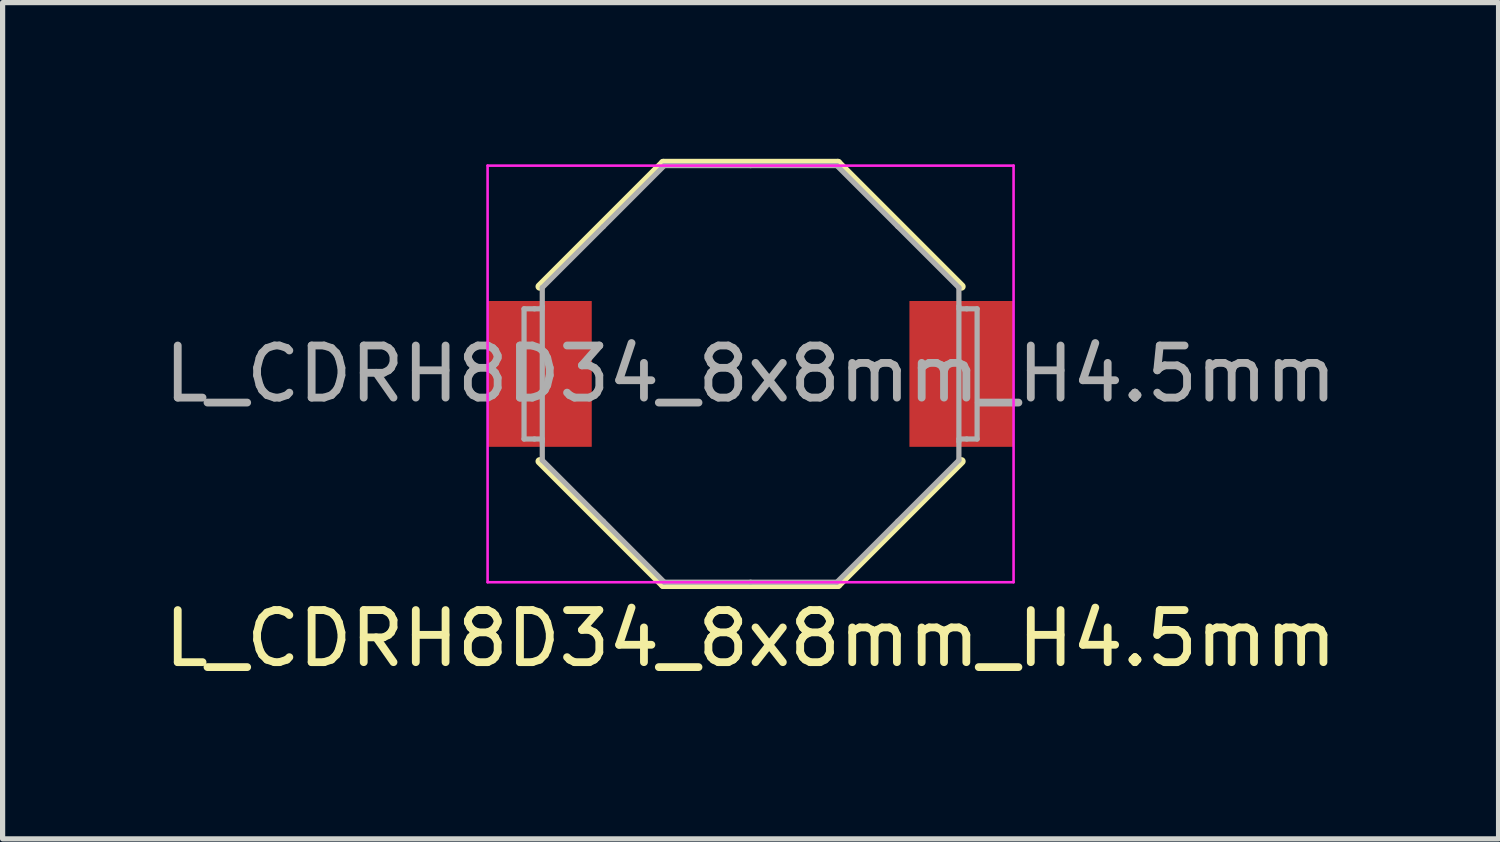
<source format=kicad_pcb>
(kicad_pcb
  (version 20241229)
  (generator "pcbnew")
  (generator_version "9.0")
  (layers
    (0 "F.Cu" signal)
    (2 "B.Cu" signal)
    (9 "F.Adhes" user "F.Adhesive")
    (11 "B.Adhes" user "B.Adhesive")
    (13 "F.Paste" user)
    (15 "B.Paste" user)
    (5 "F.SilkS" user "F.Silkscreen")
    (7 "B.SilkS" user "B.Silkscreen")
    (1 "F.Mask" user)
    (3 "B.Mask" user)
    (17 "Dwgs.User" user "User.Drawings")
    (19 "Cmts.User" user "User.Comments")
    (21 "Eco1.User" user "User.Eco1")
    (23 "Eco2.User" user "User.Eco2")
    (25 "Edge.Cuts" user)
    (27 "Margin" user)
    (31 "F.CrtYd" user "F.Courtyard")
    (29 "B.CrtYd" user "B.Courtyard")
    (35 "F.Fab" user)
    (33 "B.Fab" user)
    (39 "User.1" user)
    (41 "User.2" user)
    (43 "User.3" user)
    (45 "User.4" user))
  (footprint "L_CDRH8D34_8x8mm_H4.5mm"
    (layer "F.Cu")
    (at 11.363 4.13)
    (property "Reference" "L_CDRH8D34_8x8mm_H4.5mm" (at 0 5.08 0) (layer "F.SilkS") (effects (font (size 1 1) (thickness 0.15))))
    (attr smd)
    (fp_line (start -4.05 1.678) (end -1.678 4.05) (stroke (width 0.16) (type solid)) (layer "F.SilkS"))
    (fp_line (start -1.678 -4.05) (end -4.05 -1.678) (stroke (width 0.16) (type solid)) (layer "F.SilkS"))
    (fp_line (start -1.678 4.05) (end 1.678 4.05) (stroke (width 0.16) (type solid)) (layer "F.SilkS"))
    (fp_line (start 1.678 -4.05) (end -1.678 -4.05) (stroke (width 0.16) (type solid)) (layer "F.SilkS"))
    (fp_line (start 1.678 4.05) (end 4.05 1.678) (stroke (width 0.16) (type solid)) (layer "F.SilkS"))
    (fp_line (start 4.05 -1.678) (end 1.678 -4.05) (stroke (width 0.16) (type solid)) (layer "F.SilkS"))
    (fp_line (start -5.05 -4) (end 5.05 -4) (stroke (width 0.05) (type solid)) (layer "F.CrtYd"))
    (fp_line (start -5.05 4) (end -5.05 -4) (stroke (width 0.05) (type solid)) (layer "F.CrtYd"))
    (fp_line (start 5.05 -4) (end 5.05 4) (stroke (width 0.05) (type solid)) (layer "F.CrtYd"))
    (fp_line (start 5.05 4) (end -5.05 4) (stroke (width 0.05) (type solid)) (layer "F.CrtYd"))
    (fp_line (start -4.35 -1.25) (end -4.35 1.25) (stroke (width 0.1) (type solid)) (layer "F.Fab"))
    (fp_line (start -4.15 -1.25) (end -4.35 -1.25) (stroke (width 0.1) (type solid)) (layer "F.Fab"))
    (fp_line (start -4.15 1.25) (end -4.35 1.25) (stroke (width 0.1) (type solid)) (layer "F.Fab"))
    (fp_line (start -4 -1.657) (end -4 -1.3) (stroke (width 0.1) (type solid)) (layer "F.Fab"))
    (fp_line (start -4 -1.3) (end -4 1.3) (stroke (width 0.1) (type solid)) (layer "F.Fab"))
    (fp_line (start -4 -1.25) (end -4.15 -1.25) (stroke (width 0.1) (type solid)) (layer "F.Fab"))
    (fp_line (start -4 1.25) (end -4.15 1.25) (stroke (width 0.1) (type solid)) (layer "F.Fab"))
    (fp_line (start -4 1.3) (end -4 1.657) (stroke (width 0.1) (type solid)) (layer "F.Fab"))
    (fp_line (start -4 1.657) (end -2.828 2.828) (stroke (width 0.1) (type solid)) (layer "F.Fab"))
    (fp_line (start -2.828 -2.828) (end -4 -1.657) (stroke (width 0.1) (type solid)) (layer "F.Fab"))
    (fp_line (start -2.828 2.828) (end -1.657 4) (stroke (width 0.1) (type solid)) (layer "F.Fab"))
    (fp_line (start -1.657 -4) (end -2.828 -2.828) (stroke (width 0.1) (type solid)) (layer "F.Fab"))
    (fp_line (start -1.657 4) (end 0 4) (stroke (width 0.1) (type solid)) (layer "F.Fab"))
    (fp_line (start 0 -4) (end -1.657 -4) (stroke (width 0.1) (type solid)) (layer "F.Fab"))
    (fp_line (start 0 4) (end 1.657 4) (stroke (width 0.1) (type solid)) (layer "F.Fab"))
    (fp_line (start 1.657 -4) (end 0 -4) (stroke (width 0.1) (type solid)) (layer "F.Fab"))
    (fp_line (start 1.657 4) (end 2.828 2.828) (stroke (width 0.1) (type solid)) (layer "F.Fab"))
    (fp_line (start 2.828 2.828) (end 4 1.657) (stroke (width 0.1) (type solid)) (layer "F.Fab"))
    (fp_line (start 2.828 -2.828) (end 1.657 -4) (stroke (width 0.1) (type solid)) (layer "F.Fab"))
    (fp_line (start 4 -1.657) (end 2.828 -2.828) (stroke (width 0.1) (type solid)) (layer "F.Fab"))
    (fp_line (start 4 -1.3) (end 4 -1.657) (stroke (width 0.1) (type solid)) (layer "F.Fab"))
    (fp_line (start 4 -1.25) (end 4.15 -1.25) (stroke (width 0.1) (type solid)) (layer "F.Fab"))
    (fp_line (start 4 1.25) (end 4.15 1.25) (stroke (width 0.1) (type solid)) (layer "F.Fab"))
    (fp_line (start 4 1.3) (end 4 -1.3) (stroke (width 0.1) (type solid)) (layer "F.Fab"))
    (fp_line (start 4 1.657) (end 4 1.3) (stroke (width 0.1) (type solid)) (layer "F.Fab"))
    (fp_line (start 4.15 -1.25) (end 4.35 -1.25) (stroke (width 0.1) (type solid)) (layer "F.Fab"))
    (fp_line (start 4.15 1.25) (end 4.35 1.25) (stroke (width 0.1) (type solid)) (layer "F.Fab"))
    (fp_line (start 4.35 -1.25) (end 4.35 1.25) (stroke (width 0.1) (type solid)) (layer "F.Fab"))
    (fp_text user "${REFERENCE}" (at 0 0 0) (layer "F.Fab") (effects (font (size 1 1) (thickness 0.15))))
    (pad "1" smd rect (at -4.05 0) (size 2 2.8) (layers "F.Cu" "F.Mask" "F.Paste"))
    (pad "2" smd rect (at 4.05 0) (size 2 2.8) (layers "F.Cu" "F.Mask" "F.Paste")))
  (gr_rect
    (start -3 -3)
    (end 25.726 13.058)
    (stroke (width 0.1) (type default))
    (fill no)
    (layer "Edge.Cuts")))
</source>
